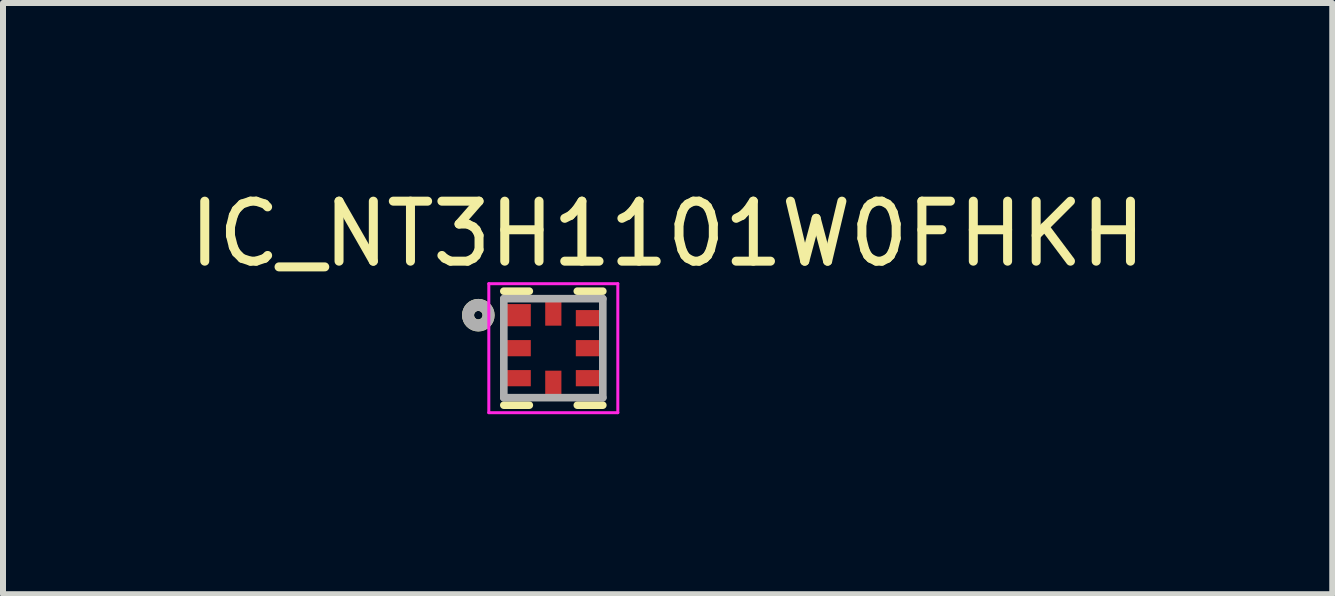
<source format=kicad_pcb>
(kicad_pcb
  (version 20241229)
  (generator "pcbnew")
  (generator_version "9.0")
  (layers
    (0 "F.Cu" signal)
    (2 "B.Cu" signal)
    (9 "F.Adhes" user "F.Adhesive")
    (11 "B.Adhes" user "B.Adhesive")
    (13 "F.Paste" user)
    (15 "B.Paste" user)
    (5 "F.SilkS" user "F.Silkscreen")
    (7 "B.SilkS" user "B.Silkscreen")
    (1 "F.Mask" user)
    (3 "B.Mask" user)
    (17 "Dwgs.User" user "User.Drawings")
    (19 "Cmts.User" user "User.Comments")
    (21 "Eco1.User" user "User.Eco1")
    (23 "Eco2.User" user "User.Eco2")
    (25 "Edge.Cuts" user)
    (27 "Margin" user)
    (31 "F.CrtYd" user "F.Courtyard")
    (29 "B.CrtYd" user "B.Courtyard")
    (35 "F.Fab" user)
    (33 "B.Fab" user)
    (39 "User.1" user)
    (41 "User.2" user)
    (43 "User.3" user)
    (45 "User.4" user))
  (footprint "IC_NT3H1101W0FHKH"
    (layer "F.Cu")
    (at 6.172 2.753)
    (property "Reference" "IC_NT3H1101W0FHKH" (at 1.905 -1.905 0) (layer "F.SilkS") (effects (font (size 1 1) (thickness 0.15))))
    (attr through_hole)
    (fp_line (start -0.825 -0.95) (end -0.4 -0.95) (stroke (width 0.127) (type solid)) (layer "F.SilkS"))
    (fp_line (start -0.825 0.95) (end -0.4 0.95) (stroke (width 0.127) (type solid)) (layer "F.SilkS"))
    (fp_line (start 0.825 -0.95) (end 0.4 -0.95) (stroke (width 0.127) (type solid)) (layer "F.SilkS"))
    (fp_line (start 0.825 0.95) (end 0.4 0.95) (stroke (width 0.127) (type solid)) (layer "F.SilkS"))
    (fp_circle (center -1.25 -0.55) (end -1.179 -0.55) (stroke (width 0.2) (type solid)) (fill no) (layer "F.SilkS"))
    (fp_poly (pts (xy -0.8 -0.71) (xy -0.4 -0.71) (xy -0.4 -0.39) (xy -0.8 -0.39)) (stroke (width 0.01) (type solid)) (fill yes) (layer "F.Paste"))
    (fp_poly (pts (xy -0.8 -0.11) (xy -0.4 -0.11) (xy -0.4 0.11) (xy -0.8 0.11)) (stroke (width 0.01) (type solid)) (fill yes) (layer "F.Paste"))
    (fp_poly (pts (xy -0.8 0.39) (xy -0.4 0.39) (xy -0.4 0.61) (xy -0.8 0.61)) (stroke (width 0.01) (type solid)) (fill yes) (layer "F.Paste"))
    (fp_poly (pts (xy -0.2 -0.71) (xy 0.2 -0.71) (xy 0.2 -0.49) (xy -0.2 -0.49)) (stroke (width 0.01) (type solid)) (fill yes) (layer "F.Paste"))
    (fp_poly (pts (xy -0.2 0.49) (xy 0.2 0.49) (xy 0.2 0.71) (xy -0.2 0.71)) (stroke (width 0.01) (type solid)) (fill yes) (layer "F.Paste"))
    (fp_poly (pts (xy 0.4 -0.61) (xy 0.8 -0.61) (xy 0.8 -0.39) (xy 0.4 -0.39)) (stroke (width 0.01) (type solid)) (fill yes) (layer "F.Paste"))
    (fp_poly (pts (xy 0.4 -0.11) (xy 0.8 -0.11) (xy 0.8 0.11) (xy 0.4 0.11)) (stroke (width 0.01) (type solid)) (fill yes) (layer "F.Paste"))
    (fp_poly (pts (xy 0.4 0.39) (xy 0.8 0.39) (xy 0.8 0.61) (xy 0.4 0.61)) (stroke (width 0.01) (type solid)) (fill yes) (layer "F.Paste"))
    (fp_line (start -1.075 -1.075) (end 1.075 -1.075) (stroke (width 0.05) (type solid)) (layer "F.CrtYd"))
    (fp_line (start -1.075 1.075) (end -1.075 -1.075) (stroke (width 0.05) (type solid)) (layer "F.CrtYd"))
    (fp_line (start 1.075 -1.075) (end 1.075 1.075) (stroke (width 0.05) (type solid)) (layer "F.CrtYd"))
    (fp_line (start 1.075 1.075) (end -1.075 1.075) (stroke (width 0.05) (type solid)) (layer "F.CrtYd"))
    (fp_line (start -0.825 -0.825) (end 0.825 -0.825) (stroke (width 0.127) (type solid)) (layer "F.Fab"))
    (fp_line (start -0.825 0.825) (end -0.825 -0.825) (stroke (width 0.127) (type solid)) (layer "F.Fab"))
    (fp_line (start 0.825 -0.825) (end 0.825 0.825) (stroke (width 0.127) (type solid)) (layer "F.Fab"))
    (fp_line (start 0.825 0.825) (end -0.825 0.825) (stroke (width 0.127) (type solid)) (layer "F.Fab"))
    (fp_circle (center -1.25 -0.55) (end -1.179 -0.55) (stroke (width 0.2) (type solid)) (fill no) (layer "F.Fab"))
    (pad "1" smd rect (at -0.6 -0.55 180) (size 0.45 0.37) (layers "F.Cu" "F.Mask"))
    (pad "2" smd rect (at -0.6 0 180) (size 0.45 0.27) (layers "F.Cu" "F.Mask"))
    (pad "3" smd rect (at -0.6 0.5 180) (size 0.45 0.27) (layers "F.Cu" "F.Mask"))
    (pad "4" smd rect (at 0 0.6 270) (size 0.45 0.27) (layers "F.Cu" "F.Mask"))
    (pad "5" smd rect (at 0.6 0.5 180) (size 0.45 0.27) (layers "F.Cu" "F.Mask"))
    (pad "6" smd rect (at 0.6 0 180) (size 0.45 0.27) (layers "F.Cu" "F.Mask"))
    (pad "7" smd rect (at 0.6 -0.5 180) (size 0.45 0.27) (layers "F.Cu" "F.Mask"))
    (pad "8" smd rect (at 0 -0.6 270) (size 0.45 0.27) (layers "F.Cu" "F.Mask"))
    (zone (net_name "") (layer "F.Cu") (hatch full 0.508) (connect_pads) (min_thickness 0.01) (filled_areas_thickness no) (keepout (tracks not_allowed) (vias not_allowed) (pads not_allowed) (copperpour not_allowed) (footprints allowed)) (placement (enabled no)) (fill) (polygon (pts (xy 5.922 2.503) (xy 6.422 2.503) (xy 6.422 3.003) (xy 5.922 3.003)))))
  (gr_rect
    (start -3 -3)
    (end 19.155 6.853)
    (stroke (width 0.1) (type default))
    (fill no)
    (layer "Edge.Cuts")))
</source>
